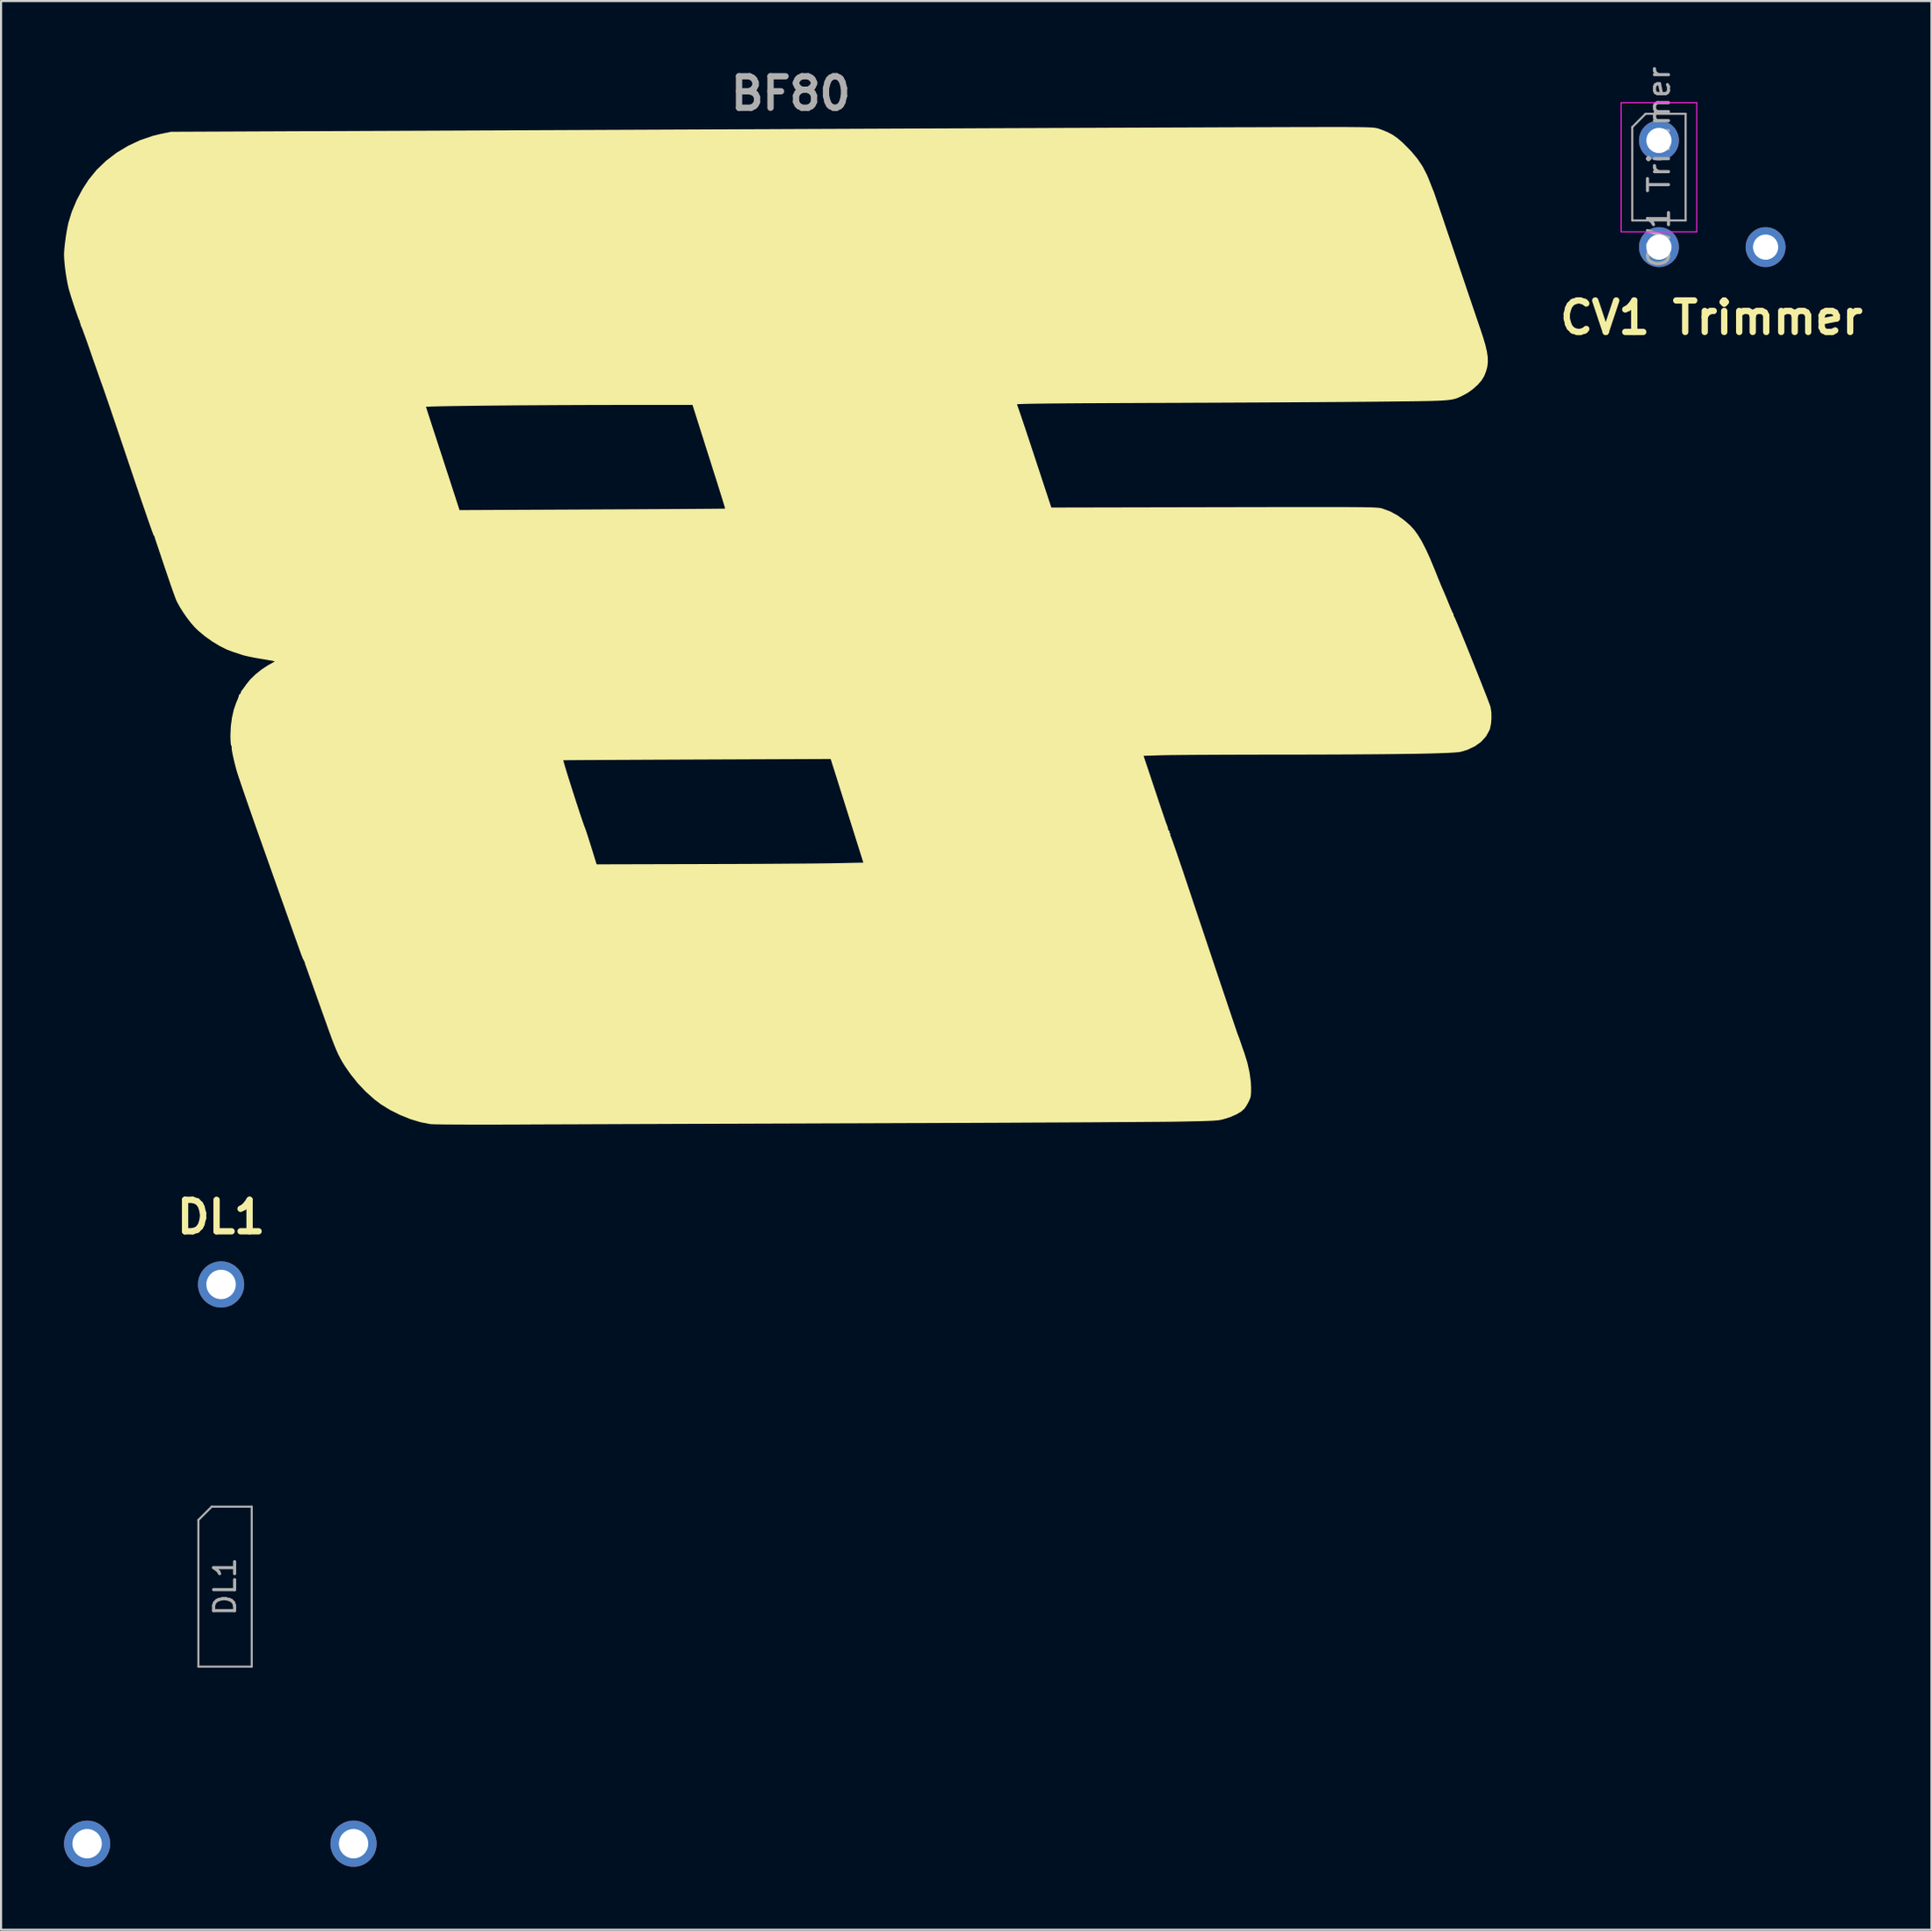
<source format=kicad_pcb>
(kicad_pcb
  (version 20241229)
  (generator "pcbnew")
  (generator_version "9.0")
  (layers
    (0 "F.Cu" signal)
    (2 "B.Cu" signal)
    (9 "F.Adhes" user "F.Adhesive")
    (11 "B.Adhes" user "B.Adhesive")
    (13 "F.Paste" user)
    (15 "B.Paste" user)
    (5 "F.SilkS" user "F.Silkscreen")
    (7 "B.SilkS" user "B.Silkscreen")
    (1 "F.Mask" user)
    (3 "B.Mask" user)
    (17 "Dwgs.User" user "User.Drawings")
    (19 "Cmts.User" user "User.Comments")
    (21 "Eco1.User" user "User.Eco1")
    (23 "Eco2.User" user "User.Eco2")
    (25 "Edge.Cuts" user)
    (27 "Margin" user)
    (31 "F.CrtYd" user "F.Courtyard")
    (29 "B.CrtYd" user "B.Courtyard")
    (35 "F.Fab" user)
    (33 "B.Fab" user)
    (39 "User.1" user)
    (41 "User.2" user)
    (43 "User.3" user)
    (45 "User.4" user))
  (footprint "DL1"
    (layer "F.Cu")
    (at 7.39 73.044)
    (property "Reference" "DL1" (at 0.09 -18.12 0) (layer "F.SilkS") (effects (font (size 1.5 1.5) (thickness 0.3) (bold yes))))
    (attr through_hole)
    (fp_line (start -0.99 -3.69) (end -0.355 -4.325) (stroke (width 0.1) (type solid)) (layer "F.Fab"))
    (fp_line (start -0.99 3.295) (end -0.99 -3.69) (stroke (width 0.1) (type solid)) (layer "F.Fab"))
    (fp_line (start -0.355 -4.325) (end 1.55 -4.325) (stroke (width 0.1) (type solid)) (layer "F.Fab"))
    (fp_line (start 1.55 -4.325) (end 1.55 3.295) (stroke (width 0.1) (type solid)) (layer "F.Fab"))
    (fp_line (start 1.55 3.295) (end -0.99 3.295) (stroke (width 0.1) (type solid)) (layer "F.Fab"))
    (fp_text user "${REFERENCE}" (at 0.28 -0.515 90) (layer "F.Fab") (effects (font (size 1 1) (thickness 0.15))))
    (pad "1" thru_hole oval (at -6.29 11.73) (size 2.2 2.2) (drill 1.4) (layers "*.Cu" "*.Mask"))
    (pad "2" thru_hole oval (at 6.4 11.73) (size 2.2 2.2) (drill 1.4) (layers "*.Cu" "*.Mask"))
    (pad "3" thru_hole oval (at 0.09 -14.91) (size 2.2 2.2) (drill 1.4) (layers "*.Cu" "*.Mask")))
  (footprint "BF80"
    (layer "F.Cu")
    (at 34.666 27.414)
    (property "Reference" "BF80" (at -0.05 -26.01 0) (layer "F.Fab") (effects (font (size 1.5 1.5) (thickness 0.3))))
    (attr board_only exclude_from_pos_files exclude_from_bom)
    (fp_poly (pts (xy 26.25 -24.413) (xy 26.355 -24.412) (xy 26.732 -24.409) (xy 27.038 -24.406) (xy 27.282 -24.402) (xy 27.473 -24.396) (xy 27.621 -24.389) (xy 27.735 -24.379) (xy 27.826 -24.366) (xy 27.903 -24.349) (xy 27.975 -24.327) (xy 28.052 -24.3) (xy 28.073 -24.293) (xy 28.361 -24.177) (xy 28.601 -24.052) (xy 28.823 -23.901) (xy 29.054 -23.705) (xy 29.131 -23.634) (xy 29.502 -23.258) (xy 29.806 -22.892) (xy 30.053 -22.523) (xy 30.252 -22.136) (xy 30.332 -21.946) (xy 30.393 -21.791) (xy 30.449 -21.649) (xy 30.485 -21.56) (xy 30.521 -21.469) (xy 30.541 -21.418) (xy 30.541 -21.417) (xy 30.562 -21.366) (xy 30.575 -21.336) (xy 30.592 -21.288) (xy 30.633 -21.17) (xy 30.696 -20.987) (xy 30.778 -20.745) (xy 30.878 -20.452) (xy 30.994 -20.112) (xy 31.122 -19.732) (xy 31.262 -19.319) (xy 31.411 -18.878) (xy 31.556 -18.451) (xy 31.72 -17.964) (xy 31.884 -17.481) (xy 32.044 -17.008) (xy 32.197 -16.555) (xy 32.341 -16.131) (xy 32.472 -15.743) (xy 32.588 -15.402) (xy 32.686 -15.114) (xy 32.762 -14.89) (xy 32.798 -14.787) (xy 32.935 -14.372) (xy 33.038 -14.019) (xy 33.108 -13.717) (xy 33.147 -13.455) (xy 33.153 -13.223) (xy 33.13 -13.008) (xy 33.077 -12.8) (xy 32.995 -12.587) (xy 32.968 -12.528) (xy 32.849 -12.337) (xy 32.671 -12.135) (xy 32.454 -11.938) (xy 32.213 -11.764) (xy 32.022 -11.655) (xy 31.92 -11.603) (xy 31.828 -11.559) (xy 31.742 -11.52) (xy 31.654 -11.486) (xy 31.558 -11.458) (xy 31.45 -11.434) (xy 31.321 -11.415) (xy 31.167 -11.398) (xy 30.982 -11.385) (xy 30.759 -11.374) (xy 30.493 -11.365) (xy 30.176 -11.358) (xy 29.804 -11.352) (xy 29.371 -11.346) (xy 28.869 -11.34) (xy 28.294 -11.334) (xy 28.143 -11.332) (xy 27.757 -11.328) (xy 27.296 -11.324) (xy 26.767 -11.32) (xy 26.178 -11.315) (xy 25.535 -11.311) (xy 24.844 -11.306) (xy 24.113 -11.302) (xy 23.348 -11.297) (xy 22.556 -11.293) (xy 21.744 -11.289) (xy 20.919 -11.285) (xy 20.088 -11.281) (xy 19.257 -11.278) (xy 18.433 -11.274) (xy 17.871 -11.272) (xy 16.913 -11.269) (xy 16.034 -11.265) (xy 15.232 -11.262) (xy 14.504 -11.258) (xy 13.848 -11.255) (xy 13.262 -11.251) (xy 12.743 -11.247) (xy 12.289 -11.243) (xy 11.898 -11.238) (xy 11.568 -11.234) (xy 11.295 -11.229) (xy 11.078 -11.224) (xy 10.915 -11.219) (xy 10.803 -11.213) (xy 10.739 -11.208) (xy 10.722 -11.201) (xy 10.741 -11.156) (xy 10.783 -11.039) (xy 10.845 -10.859) (xy 10.926 -10.622) (xy 11.023 -10.334) (xy 11.135 -10.002) (xy 11.258 -9.633) (xy 11.39 -9.234) (xy 11.53 -8.811) (xy 11.559 -8.722) (xy 12.361 -6.288) (xy 20.11 -6.304) (xy 21.043 -6.306) (xy 21.898 -6.307) (xy 22.678 -6.309) (xy 23.388 -6.31) (xy 24.031 -6.311) (xy 24.61 -6.311) (xy 25.129 -6.311) (xy 25.592 -6.311) (xy 26.001 -6.311) (xy 26.36 -6.31) (xy 26.674 -6.308) (xy 26.944 -6.306) (xy 27.176 -6.304) (xy 27.372 -6.3) (xy 27.536 -6.297) (xy 27.671 -6.293) (xy 27.782 -6.288) (xy 27.871 -6.282) (xy 27.942 -6.276) (xy 27.998 -6.269) (xy 28.043 -6.262) (xy 28.081 -6.253) (xy 28.115 -6.244) (xy 28.123 -6.242) (xy 28.492 -6.107) (xy 28.839 -5.92) (xy 29.181 -5.674) (xy 29.458 -5.43) (xy 29.638 -5.234) (xy 29.819 -4.987) (xy 30.003 -4.683) (xy 30.193 -4.316) (xy 30.392 -3.881) (xy 30.604 -3.373) (xy 30.636 -3.292) (xy 30.733 -3.049) (xy 30.827 -2.817) (xy 30.912 -2.61) (xy 30.98 -2.448) (xy 31.021 -2.357) (xy 31.079 -2.223) (xy 31.156 -2.041) (xy 31.24 -1.839) (xy 31.293 -1.707) (xy 31.365 -1.531) (xy 31.43 -1.38) (xy 31.48 -1.273) (xy 31.505 -1.229) (xy 31.528 -1.186) (xy 31.52 -1.179) (xy 31.52 -1.15) (xy 31.552 -1.087) (xy 31.582 -1.026) (xy 31.638 -0.898) (xy 31.717 -0.712) (xy 31.815 -0.476) (xy 31.929 -0.199) (xy 32.056 0.111) (xy 32.191 0.444) (xy 32.332 0.793) (xy 32.475 1.149) (xy 32.617 1.503) (xy 32.753 1.846) (xy 32.882 2.17) (xy 32.998 2.466) (xy 33.1 2.726) (xy 33.182 2.941) (xy 33.242 3.102) (xy 33.277 3.201) (xy 33.283 3.223) (xy 33.32 3.47) (xy 33.326 3.743) (xy 33.304 4.012) (xy 33.255 4.245) (xy 33.228 4.321) (xy 33.065 4.615) (xy 32.833 4.871) (xy 32.538 5.084) (xy 32.184 5.251) (xy 31.882 5.343) (xy 31.782 5.361) (xy 31.627 5.377) (xy 31.415 5.391) (xy 31.143 5.405) (xy 30.81 5.417) (xy 30.415 5.428) (xy 29.956 5.438) (xy 29.431 5.447) (xy 28.838 5.455) (xy 28.175 5.462) (xy 27.441 5.468) (xy 26.634 5.473) (xy 25.753 5.477) (xy 24.794 5.48) (xy 23.758 5.482) (xy 22.917 5.483) (xy 22.302 5.483) (xy 21.696 5.485) (xy 21.106 5.486) (xy 20.539 5.488) (xy 20 5.491) (xy 19.497 5.493) (xy 19.036 5.496) (xy 18.624 5.499) (xy 18.268 5.503) (xy 17.974 5.506) (xy 17.748 5.51) (xy 17.609 5.513) (xy 16.754 5.54) (xy 17.277 7.108) (xy 17.391 7.45) (xy 17.498 7.77) (xy 17.595 8.058) (xy 17.679 8.306) (xy 17.747 8.506) (xy 17.796 8.649) (xy 17.823 8.727) (xy 17.827 8.738) (xy 17.856 8.809) (xy 17.863 8.829) (xy 17.882 8.88) (xy 17.9 8.934) (xy 17.902 8.941) (xy 17.921 9.008) (xy 17.922 9.012) (xy 17.927 9.073) (xy 17.954 9.102) (xy 17.967 9.103) (xy 17.994 9.133) (xy 17.989 9.164) (xy 17.99 9.217) (xy 18.009 9.225) (xy 18.036 9.255) (xy 18.03 9.284) (xy 18.028 9.342) (xy 18.04 9.355) (xy 18.059 9.395) (xy 18.1 9.505) (xy 18.163 9.679) (xy 18.244 9.911) (xy 18.342 10.193) (xy 18.453 10.519) (xy 18.577 10.882) (xy 18.71 11.277) (xy 18.851 11.695) (xy 18.867 11.745) (xy 19.106 12.46) (xy 19.339 13.157) (xy 19.566 13.833) (xy 19.783 14.483) (xy 19.991 15.103) (xy 20.188 15.691) (xy 20.372 16.24) (xy 20.543 16.747) (xy 20.698 17.209) (xy 20.837 17.621) (xy 20.957 17.979) (xy 21.058 18.279) (xy 21.139 18.516) (xy 21.197 18.688) (xy 21.232 18.789) (xy 21.242 18.816) (xy 21.269 18.881) (xy 21.275 18.898) (xy 21.294 18.949) (xy 21.306 18.979) (xy 21.332 19.053) (xy 21.372 19.169) (xy 21.39 19.223) (xy 21.435 19.354) (xy 21.494 19.526) (xy 21.557 19.701) (xy 21.559 19.709) (xy 21.699 20.159) (xy 21.801 20.618) (xy 21.862 21.057) (xy 21.876 21.341) (xy 21.875 21.542) (xy 21.868 21.685) (xy 21.849 21.795) (xy 21.816 21.895) (xy 21.767 22.002) (xy 21.689 22.148) (xy 21.606 22.281) (xy 21.555 22.35) (xy 21.404 22.484) (xy 21.186 22.615) (xy 20.912 22.735) (xy 20.66 22.82) (xy 20.571 22.845) (xy 20.488 22.867) (xy 20.403 22.885) (xy 20.308 22.899) (xy 20.193 22.911) (xy 20.049 22.921) (xy 19.869 22.929) (xy 19.644 22.937) (xy 19.364 22.945) (xy 19.021 22.952) (xy 18.607 22.961) (xy 18.552 22.962) (xy 18.37 22.965) (xy 18.111 22.969) (xy 17.778 22.972) (xy 17.374 22.976) (xy 16.904 22.979) (xy 16.37 22.983) (xy 15.777 22.987) (xy 15.128 22.991) (xy 14.427 22.996) (xy 13.678 23) (xy 12.883 23.004) (xy 12.048 23.008) (xy 11.174 23.012) (xy 10.267 23.017) (xy 9.329 23.021) (xy 8.365 23.025) (xy 7.378 23.029) (xy 6.371 23.033) (xy 5.348 23.036) (xy 4.313 23.04) (xy 3.942 23.041) (xy 2.875 23.045) (xy 1.804 23.048) (xy 0.735 23.052) (xy -0.329 23.056) (xy -1.383 23.059) (xy -2.422 23.063) (xy -3.442 23.066) (xy -4.439 23.07) (xy -5.408 23.073) (xy -6.344 23.077) (xy -7.244 23.08) (xy -8.102 23.083) (xy -8.914 23.086) (xy -9.676 23.089) (xy -10.383 23.092) (xy -11.031 23.094) (xy -11.616 23.096) (xy -12.132 23.098) (xy -12.576 23.1) (xy -12.924 23.102) (xy -13.519 23.104) (xy -14.09 23.106) (xy -14.63 23.106) (xy -15.135 23.106) (xy -15.599 23.105) (xy -16.016 23.103) (xy -16.38 23.101) (xy -16.687 23.098) (xy -16.93 23.094) (xy -17.104 23.089) (xy -17.204 23.084) (xy -17.215 23.083) (xy -17.678 22.994) (xy -18.166 22.846) (xy -18.657 22.649) (xy -19.132 22.411) (xy -19.569 22.142) (xy -19.873 21.913) (xy -20.296 21.536) (xy -20.67 21.142) (xy -21.02 20.703) (xy -21.15 20.52) (xy -21.281 20.327) (xy -21.396 20.146) (xy -21.499 19.965) (xy -21.598 19.773) (xy -21.696 19.557) (xy -21.799 19.306) (xy -21.913 19.009) (xy -22.044 18.652) (xy -22.131 18.41) (xy -22.253 18.066) (xy -22.391 17.679) (xy -22.535 17.277) (xy -22.674 16.887) (xy -22.798 16.539) (xy -22.826 16.459) (xy -22.92 16.194) (xy -23.006 15.954) (xy -23.079 15.748) (xy -23.136 15.588) (xy -23.173 15.486) (xy -23.185 15.453) (xy -23.198 15.4) (xy -23.197 15.392) (xy -23.211 15.354) (xy -23.248 15.281) (xy -23.29 15.2) (xy -23.309 15.159) (xy -23.328 15.108) (xy -23.34 15.077) (xy -23.346 15.063) (xy -23.356 15.038) (xy -23.371 14.997) (xy -23.392 14.938) (xy -23.422 14.856) (xy -23.46 14.749) (xy -23.509 14.612) (xy -23.57 14.442) (xy -23.644 14.235) (xy -23.732 13.987) (xy -23.835 13.696) (xy -23.956 13.356) (xy -24.095 12.966) (xy -24.253 12.52) (xy -24.432 12.016) (xy -24.633 11.449) (xy -24.858 10.817) (xy -25.107 10.114) (xy -25.365 9.388) (xy -25.53 8.923) (xy -25.689 8.47) (xy -25.84 8.037) (xy -25.981 7.63) (xy -26.109 7.258) (xy -26.222 6.928) (xy -26.316 6.648) (xy -26.39 6.424) (xy -26.44 6.264) (xy -26.46 6.198) (xy -26.533 5.917) (xy -26.573 5.751) (xy -10.883 5.751) (xy -10.876 5.792) (xy -10.846 5.901) (xy -10.798 6.066) (xy -10.733 6.28) (xy -10.655 6.531) (xy -10.567 6.811) (xy -10.473 7.108) (xy -10.375 7.414) (xy -10.277 7.719) (xy -10.181 8.012) (xy -10.092 8.284) (xy -10.011 8.524) (xy -9.943 8.724) (xy -9.89 8.874) (xy -9.856 8.961) (xy -9.828 9.036) (xy -9.78 9.175) (xy -9.718 9.364) (xy -9.646 9.59) (xy -9.568 9.838) (xy -9.55 9.896) (xy -9.297 10.709) (xy -4.333 10.696) (xy -3.673 10.694) (xy -3.016 10.692) (xy -2.366 10.69) (xy -1.733 10.687) (xy -1.123 10.684) (xy -0.542 10.68) (xy 0.002 10.676) (xy 0.503 10.673) (xy 0.953 10.669) (xy 1.345 10.665) (xy 1.673 10.661) (xy 1.93 10.657) (xy 2.018 10.656) (xy 3.406 10.627) (xy 2.629 8.159) (xy 1.851 5.69) (xy -4.51 5.716) (xy -5.222 5.719) (xy -5.913 5.722) (xy -6.576 5.725) (xy -7.209 5.728) (xy -7.806 5.731) (xy -8.364 5.733) (xy -8.877 5.736) (xy -9.342 5.739) (xy -9.754 5.741) (xy -10.109 5.743) (xy -10.403 5.745) (xy -10.63 5.747) (xy -10.788 5.749) (xy -10.871 5.75) (xy -10.883 5.751) (xy -26.573 5.751) (xy -26.594 5.662) (xy -26.641 5.444) (xy -26.672 5.272) (xy -26.684 5.16) (xy -26.68 5.12) (xy -26.687 5.071) (xy -26.7 5.06) (xy -26.717 5.01) (xy -26.731 4.892) (xy -26.739 4.72) (xy -26.741 4.555) (xy -26.722 4.135) (xy -26.667 3.722) (xy -26.581 3.341) (xy -26.467 3.011) (xy -26.453 2.979) (xy -26.394 2.84) (xy -26.352 2.725) (xy -26.335 2.659) (xy -26.335 2.658) (xy -26.312 2.607) (xy -26.294 2.601) (xy -26.258 2.568) (xy -26.253 2.543) (xy -26.227 2.465) (xy -26.202 2.431) (xy -26.155 2.372) (xy -26.078 2.267) (xy -25.99 2.14) (xy -25.989 2.138) (xy -25.797 1.901) (xy -25.547 1.658) (xy -25.26 1.428) (xy -24.956 1.228) (xy -24.797 1.141) (xy -24.698 1.086) (xy -24.64 1.047) (xy -24.634 1.037) (xy -24.677 1.026) (xy -24.786 1.005) (xy -24.949 0.976) (xy -25.15 0.942) (xy -25.298 0.918) (xy -25.539 0.876) (xy -25.77 0.831) (xy -25.972 0.788) (xy -26.123 0.75) (xy -26.172 0.735) (xy -26.349 0.675) (xy -26.541 0.614) (xy -26.619 0.589) (xy -26.923 0.473) (xy -27.257 0.305) (xy -27.601 0.096) (xy -27.935 -0.14) (xy -28.24 -0.391) (xy -28.433 -0.575) (xy -28.61 -0.777) (xy -28.8 -1.021) (xy -28.985 -1.286) (xy -29.15 -1.547) (xy -29.279 -1.782) (xy -29.314 -1.857) (xy -29.354 -1.956) (xy -29.415 -2.12) (xy -29.494 -2.34) (xy -29.586 -2.604) (xy -29.688 -2.9) (xy -29.796 -3.218) (xy -29.872 -3.442) (xy -29.977 -3.756) (xy -30.074 -4.046) (xy -30.16 -4.303) (xy -30.232 -4.517) (xy -30.287 -4.681) (xy -30.322 -4.783) (xy -30.333 -4.816) (xy -30.349 -4.887) (xy -30.349 -4.893) (xy -30.381 -4.946) (xy -30.392 -4.954) (xy -30.41 -4.995) (xy -30.453 -5.108) (xy -30.518 -5.287) (xy -30.602 -5.525) (xy -30.704 -5.817) (xy -30.821 -6.158) (xy -30.953 -6.541) (xy -31.096 -6.961) (xy -31.249 -7.413) (xy -31.41 -7.889) (xy -31.497 -8.148) (xy -31.669 -8.657) (xy -31.838 -9.159) (xy -32.003 -9.646) (xy -32.16 -10.111) (xy -32.308 -10.547) (xy -32.444 -10.946) (xy -32.489 -11.078) (xy -17.437 -11.078) (xy -17.401 -11.018) (xy -17.396 -11.004) (xy -17.396 -10.998) (xy -17.395 -10.992) (xy -17.393 -10.981) (xy -17.386 -10.959) (xy -17.374 -10.919) (xy -17.353 -10.855) (xy -17.323 -10.761) (xy -17.28 -10.63) (xy -17.224 -10.457) (xy -17.152 -10.235) (xy -17.062 -9.957) (xy -16.951 -9.619) (xy -16.819 -9.213) (xy -16.73 -8.941) (xy -16.601 -8.545) (xy -16.476 -8.159) (xy -16.356 -7.792) (xy -16.247 -7.455) (xy -16.15 -7.156) (xy -16.068 -6.906) (xy -16.006 -6.714) (xy -15.966 -6.589) (xy -15.965 -6.588) (xy -15.829 -6.165) (xy -9.51 -6.195) (xy -8.8 -6.199) (xy -8.112 -6.202) (xy -7.451 -6.205) (xy -6.821 -6.209) (xy -6.226 -6.212) (xy -5.671 -6.215) (xy -5.16 -6.219) (xy -4.698 -6.222) (xy -4.289 -6.225) (xy -3.937 -6.227) (xy -3.646 -6.23) (xy -3.422 -6.232) (xy -3.268 -6.234) (xy -3.189 -6.235) (xy -3.179 -6.236) (xy -3.188 -6.276) (xy -3.219 -6.384) (xy -3.27 -6.552) (xy -3.337 -6.77) (xy -3.417 -7.029) (xy -3.509 -7.32) (xy -3.579 -7.543) (xy -3.702 -7.928) (xy -3.837 -8.355) (xy -3.978 -8.799) (xy -4.118 -9.239) (xy -4.247 -9.648) (xy -4.36 -10.004) (xy -4.361 -10.008) (xy -4.731 -11.176) (xy -7.293 -11.176) (xy -8.042 -11.176) (xy -8.793 -11.174) (xy -9.539 -11.173) (xy -10.277 -11.17) (xy -11.003 -11.167) (xy -11.712 -11.163) (xy -12.4 -11.159) (xy -13.063 -11.155) (xy -13.696 -11.149) (xy -14.294 -11.144) (xy -14.854 -11.138) (xy -15.371 -11.132) (xy -15.84 -11.125) (xy -16.258 -11.119) (xy -16.62 -11.112) (xy -16.921 -11.105) (xy -17.157 -11.098) (xy -17.324 -11.091) (xy -17.418 -11.083) (xy -17.437 -11.078) (xy -32.489 -11.078) (xy -32.565 -11.299) (xy -32.669 -11.601) (xy -32.752 -11.842) (xy -32.813 -12.016) (xy -32.825 -12.05) (xy -32.915 -12.3) (xy -33.023 -12.606) (xy -33.142 -12.946) (xy -33.266 -13.299) (xy -33.386 -13.643) (xy -33.452 -13.836) (xy -33.55 -14.116) (xy -33.64 -14.371) (xy -33.721 -14.592) (xy -33.786 -14.768) (xy -33.834 -14.888) (xy -33.86 -14.943) (xy -33.86 -14.944) (xy -33.883 -14.988) (xy -33.873 -14.996) (xy -33.87 -15.021) (xy -33.894 -15.057) (xy -33.922 -15.106) (xy -33.914 -15.118) (xy -33.907 -15.143) (xy -33.923 -15.169) (xy -33.952 -15.229) (xy -34 -15.353) (xy -34.063 -15.526) (xy -34.135 -15.733) (xy -34.211 -15.961) (xy -34.287 -16.194) (xy -34.358 -16.419) (xy -34.418 -16.621) (xy -34.439 -16.693) (xy -34.494 -16.927) (xy -34.547 -17.213) (xy -34.595 -17.525) (xy -34.633 -17.837) (xy -34.658 -18.121) (xy -34.666 -18.33) (xy -34.658 -18.52) (xy -34.635 -18.765) (xy -34.601 -19.042) (xy -34.56 -19.326) (xy -34.514 -19.593) (xy -34.466 -19.82) (xy -34.459 -19.853) (xy -34.295 -20.382) (xy -34.068 -20.923) (xy -33.788 -21.45) (xy -33.501 -21.895) (xy -33.115 -22.371) (xy -32.665 -22.804) (xy -32.161 -23.189) (xy -31.611 -23.52) (xy -31.024 -23.793) (xy -30.41 -24) (xy -30.054 -24.086) (xy -29.566 -24.187) (xy -2.316 -24.306) (xy -0.821 -24.312) (xy 0.659 -24.319) (xy 2.12 -24.325) (xy 3.56 -24.331) (xy 4.978 -24.337) (xy 6.37 -24.343) (xy 7.734 -24.348) (xy 9.069 -24.354) (xy 10.372 -24.359) (xy 11.641 -24.364) (xy 12.873 -24.369) (xy 14.067 -24.373) (xy 15.219 -24.378) (xy 16.328 -24.382) (xy 17.392 -24.386) (xy 18.408 -24.39) (xy 19.374 -24.393) (xy 20.288 -24.397) (xy 21.148 -24.4) (xy 21.95 -24.402) (xy 22.694 -24.405) (xy 23.376 -24.407) (xy 23.995 -24.409) (xy 24.549 -24.41) (xy 25.034 -24.411) (xy 25.449 -24.412) (xy 25.791 -24.413) (xy 26.059 -24.413)) (stroke (width 0) (type solid)) (fill yes) (layer "F.SilkS")))
  (footprint "CV1 Trimmer"
    (layer "F.Cu")
    (at 75.968 3.641)
    (property "Reference" "CV1 Trimmer" (at 2.502 8.443 180) (layer "F.SilkS") (effects (font (size 1.5 1.5) (thickness 0.3) (bold yes))))
    (attr through_hole)
    (fp_line (start -1.8 -1.8) (end -1.8 4.35) (stroke (width 0.05) (type solid)) (layer "F.CrtYd"))
    (fp_line (start -1.8 4.35) (end 1.8 4.35) (stroke (width 0.05) (type solid)) (layer "F.CrtYd"))
    (fp_line (start 1.8 -1.8) (end -1.8 -1.8) (stroke (width 0.05) (type solid)) (layer "F.CrtYd"))
    (fp_line (start 1.8 4.35) (end 1.8 -1.8) (stroke (width 0.05) (type solid)) (layer "F.CrtYd"))
    (fp_line (start -1.27 -0.635) (end -0.635 -1.27) (stroke (width 0.1) (type solid)) (layer "F.Fab"))
    (fp_line (start -1.27 3.81) (end -1.27 -0.635) (stroke (width 0.1) (type solid)) (layer "F.Fab"))
    (fp_line (start -0.635 -1.27) (end 1.27 -1.27) (stroke (width 0.1) (type solid)) (layer "F.Fab"))
    (fp_line (start 1.27 -1.27) (end 1.27 3.81) (stroke (width 0.1) (type solid)) (layer "F.Fab"))
    (fp_line (start 1.27 3.81) (end -1.27 3.81) (stroke (width 0.1) (type solid)) (layer "F.Fab"))
    (fp_text user "${REFERENCE}" (at 0 1.27 270) (layer "F.Fab") (effects (font (size 1 1) (thickness 0.15))))
    (pad "1" thru_hole oval (at 0 5.08) (size 1.9 1.9) (drill 1.2) (layers "*.Cu" "*.Mask"))
    (pad "2" thru_hole circle (at 0 0) (size 1.9 1.9) (drill 1.2) (layers "*.Cu" "*.Mask"))
    (pad "2" thru_hole oval (at 5.08 5.08) (size 1.9 1.9) (drill 1.2) (layers "*.Cu" "*.Mask")))
  (gr_rect
    (start -3 -3)
    (end 88.949 88.874)
    (stroke (width 0.1) (type default))
    (fill no)
    (layer "Edge.Cuts")))
</source>
